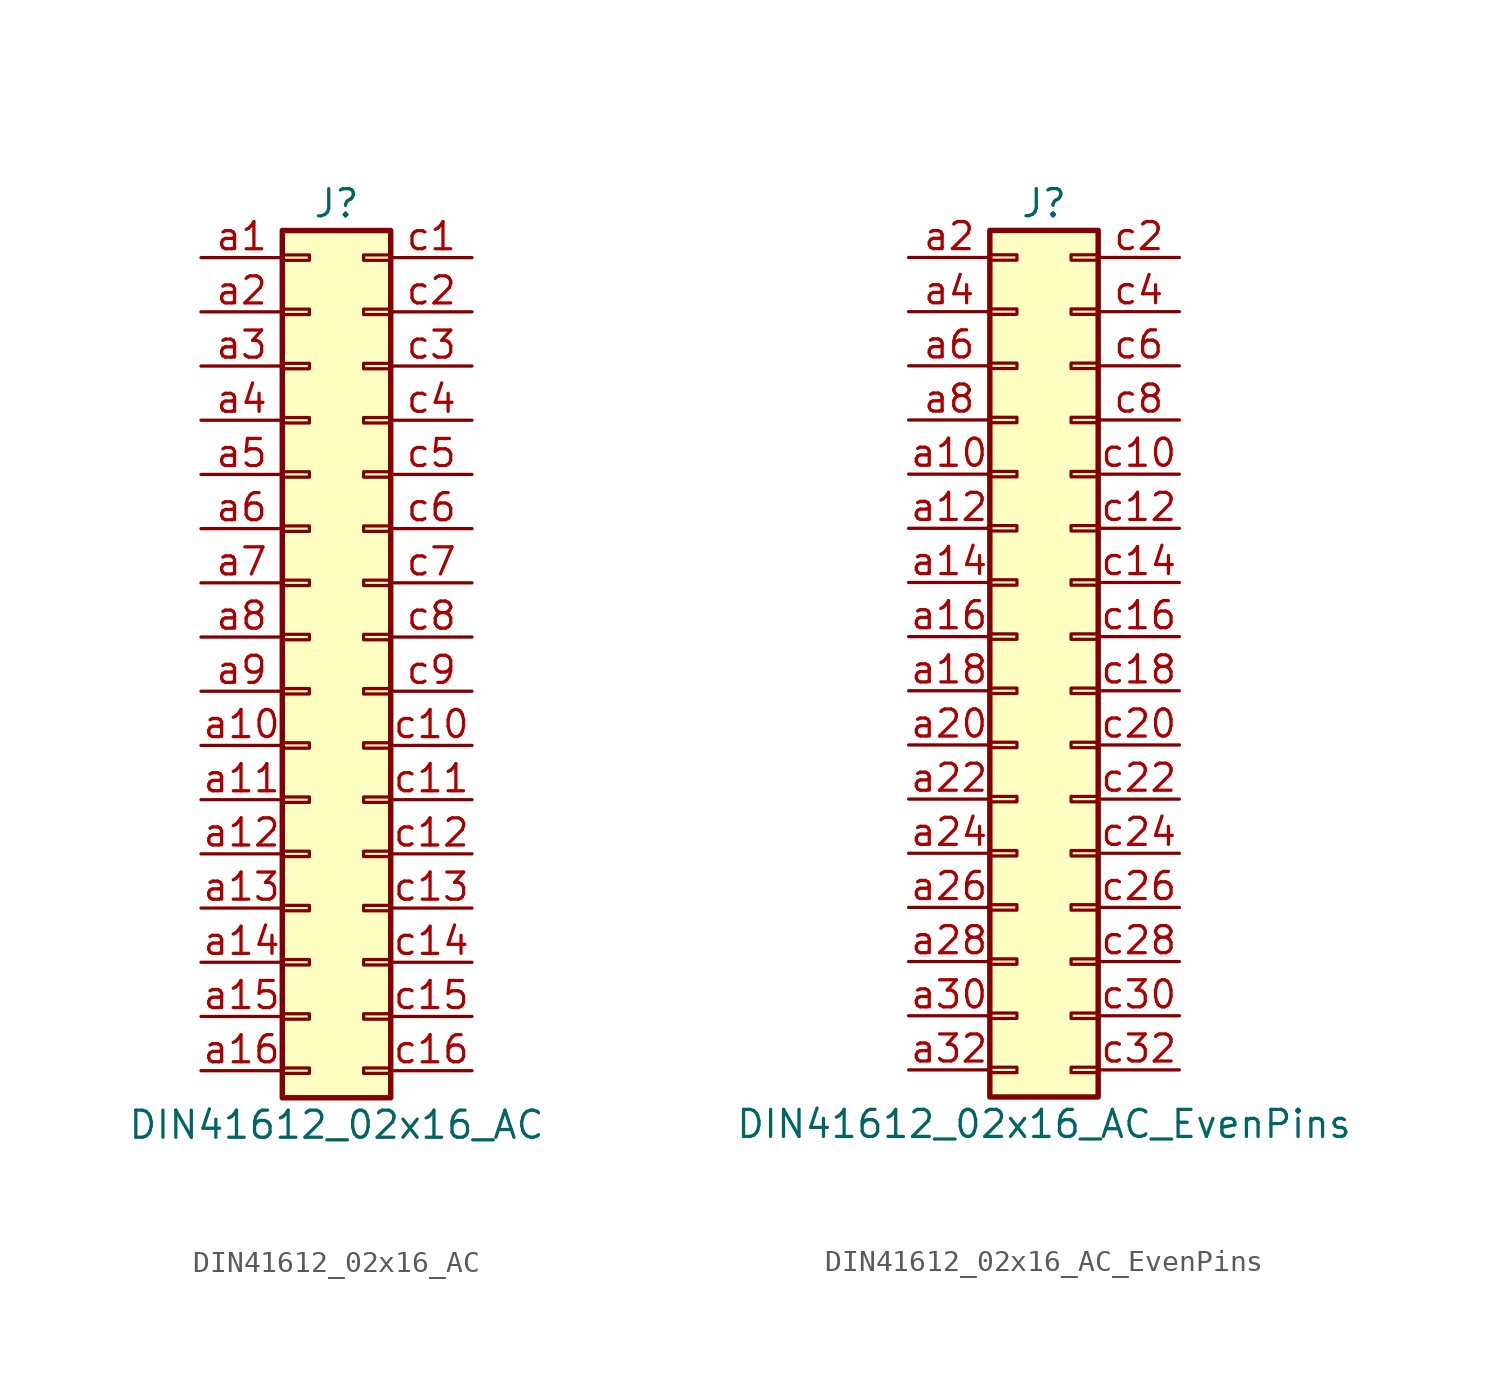
<source format=kicad_sym>
(kicad_symbol_lib
  (version 20220914)
  (generator kicad_symbol_editor)
  (symbol "DIN41612_02x16_AC"
    (pin_names
      (offset 1.016) hide)
    (property "Reference" "J"
      (at 1.27 20.32 0)
      (effects (font (size 1.27 1.27))))
    (property "Value" "DIN41612_02x16_AC"
      (at 1.27 -22.86 0)
      (effects (font (size 1.27 1.27))))
    (symbol "DIN41612_02x16_AC_1_1"
      (rectangle (start -1.27 -20.193) (end 0 -20.447) (stroke (width 0.152) (type default)) (fill (type none)))
      (rectangle (start -1.27 -17.653) (end 0 -17.907) (stroke (width 0.152) (type default)) (fill (type none)))
      (rectangle (start -1.27 -15.113) (end 0 -15.367) (stroke (width 0.152) (type default)) (fill (type none)))
      (rectangle (start -1.27 -12.573) (end 0 -12.827) (stroke (width 0.152) (type default)) (fill (type none)))
      (rectangle (start -1.27 -10.033) (end 0 -10.287) (stroke (width 0.152) (type default)) (fill (type none)))
      (rectangle (start -1.27 -7.493) (end 0 -7.747) (stroke (width 0.152) (type default)) (fill (type none)))
      (rectangle (start -1.27 -4.953) (end 0 -5.207) (stroke (width 0.152) (type default)) (fill (type none)))
      (rectangle (start -1.27 -2.413) (end 0 -2.667) (stroke (width 0.152) (type default)) (fill (type none)))
      (rectangle (start -1.27 0.127) (end 0 -0.127) (stroke (width 0.152) (type default)) (fill (type none)))
      (rectangle (start -1.27 2.667) (end 0 2.413) (stroke (width 0.152) (type default)) (fill (type none)))
      (rectangle (start -1.27 5.207) (end 0 4.953) (stroke (width 0.152) (type default)) (fill (type none)))
      (rectangle (start -1.27 7.747) (end 0 7.493) (stroke (width 0.152) (type default)) (fill (type none)))
      (rectangle (start -1.27 10.287) (end 0 10.033) (stroke (width 0.152) (type default)) (fill (type none)))
      (rectangle (start -1.27 12.827) (end 0 12.573) (stroke (width 0.152) (type default)) (fill (type none)))
      (rectangle (start -1.27 15.367) (end 0 15.113) (stroke (width 0.152) (type default)) (fill (type none)))
      (rectangle (start -1.27 17.907) (end 0 17.653) (stroke (width 0.152) (type default)) (fill (type none)))
      (rectangle (start -1.27 19.05) (end 3.81 -21.59) (stroke (width 0.254) (type default)) (fill (type background)))
      (rectangle (start 3.81 -20.193) (end 2.54 -20.447) (stroke (width 0.152) (type default)) (fill (type none)))
      (rectangle (start 3.81 -17.653) (end 2.54 -17.907) (stroke (width 0.152) (type default)) (fill (type none)))
      (rectangle (start 3.81 -15.113) (end 2.54 -15.367) (stroke (width 0.152) (type default)) (fill (type none)))
      (rectangle (start 3.81 -12.573) (end 2.54 -12.827) (stroke (width 0.152) (type default)) (fill (type none)))
      (rectangle (start 3.81 -10.033) (end 2.54 -10.287) (stroke (width 0.152) (type default)) (fill (type none)))
      (rectangle (start 3.81 -7.493) (end 2.54 -7.747) (stroke (width 0.152) (type default)) (fill (type none)))
      (rectangle (start 3.81 -4.953) (end 2.54 -5.207) (stroke (width 0.152) (type default)) (fill (type none)))
      (rectangle (start 3.81 -2.413) (end 2.54 -2.667) (stroke (width 0.152) (type default)) (fill (type none)))
      (rectangle (start 3.81 0.127) (end 2.54 -0.127) (stroke (width 0.152) (type default)) (fill (type none)))
      (rectangle (start 3.81 2.667) (end 2.54 2.413) (stroke (width 0.152) (type default)) (fill (type none)))
      (rectangle (start 3.81 5.207) (end 2.54 4.953) (stroke (width 0.152) (type default)) (fill (type none)))
      (rectangle (start 3.81 7.747) (end 2.54 7.493) (stroke (width 0.152) (type default)) (fill (type none)))
      (rectangle (start 3.81 10.287) (end 2.54 10.033) (stroke (width 0.152) (type default)) (fill (type none)))
      (rectangle (start 3.81 12.827) (end 2.54 12.573) (stroke (width 0.152) (type default)) (fill (type none)))
      (rectangle (start 3.81 15.367) (end 2.54 15.113) (stroke (width 0.152) (type default)) (fill (type none)))
      (rectangle (start 3.81 17.907) (end 2.54 17.653) (stroke (width 0.152) (type default)) (fill (type none)))
      (pin passive line (at -5.08 17.78 0) (length 3.81) (name "Pin_a1" (effects (font (size 1.27 1.27)))) (number "a1" (effects (font (size 1.27 1.27)))))
      (pin passive line (at -5.08 -5.08 0) (length 3.81) (name "Pin_a10" (effects (font (size 1.27 1.27)))) (number "a10" (effects (font (size 1.27 1.27)))))
      (pin passive line (at -5.08 -7.62 0) (length 3.81) (name "Pin_a11" (effects (font (size 1.27 1.27)))) (number "a11" (effects (font (size 1.27 1.27)))))
      (pin passive line (at -5.08 -10.16 0) (length 3.81) (name "Pin_a12" (effects (font (size 1.27 1.27)))) (number "a12" (effects (font (size 1.27 1.27)))))
      (pin passive line (at -5.08 -12.7 0) (length 3.81) (name "Pin_a13" (effects (font (size 1.27 1.27)))) (number "a13" (effects (font (size 1.27 1.27)))))
      (pin passive line (at -5.08 -15.24 0) (length 3.81) (name "Pin_a14" (effects (font (size 1.27 1.27)))) (number "a14" (effects (font (size 1.27 1.27)))))
      (pin passive line (at -5.08 -17.78 0) (length 3.81) (name "Pin_a15" (effects (font (size 1.27 1.27)))) (number "a15" (effects (font (size 1.27 1.27)))))
      (pin passive line (at -5.08 -20.32 0) (length 3.81) (name "Pin_a16" (effects (font (size 1.27 1.27)))) (number "a16" (effects (font (size 1.27 1.27)))))
      (pin passive line (at -5.08 15.24 0) (length 3.81) (name "Pin_a2" (effects (font (size 1.27 1.27)))) (number "a2" (effects (font (size 1.27 1.27)))))
      (pin passive line (at -5.08 12.7 0) (length 3.81) (name "Pin_a3" (effects (font (size 1.27 1.27)))) (number "a3" (effects (font (size 1.27 1.27)))))
      (pin passive line (at -5.08 10.16 0) (length 3.81) (name "Pin_a4" (effects (font (size 1.27 1.27)))) (number "a4" (effects (font (size 1.27 1.27)))))
      (pin passive line (at -5.08 7.62 0) (length 3.81) (name "Pin_a5" (effects (font (size 1.27 1.27)))) (number "a5" (effects (font (size 1.27 1.27)))))
      (pin passive line (at -5.08 5.08 0) (length 3.81) (name "Pin_a6" (effects (font (size 1.27 1.27)))) (number "a6" (effects (font (size 1.27 1.27)))))
      (pin passive line (at -5.08 2.54 0) (length 3.81) (name "Pin_a7" (effects (font (size 1.27 1.27)))) (number "a7" (effects (font (size 1.27 1.27)))))
      (pin passive line (at -5.08 0 0) (length 3.81) (name "Pin_a8" (effects (font (size 1.27 1.27)))) (number "a8" (effects (font (size 1.27 1.27)))))
      (pin passive line (at -5.08 -2.54 0) (length 3.81) (name "Pin_a9" (effects (font (size 1.27 1.27)))) (number "a9" (effects (font (size 1.27 1.27)))))
      (pin passive line (at 7.62 17.78 180) (length 3.81) (name "Pin_c1" (effects (font (size 1.27 1.27)))) (number "c1" (effects (font (size 1.27 1.27)))))
      (pin passive line (at 7.62 -5.08 180) (length 3.81) (name "Pin_c10" (effects (font (size 1.27 1.27)))) (number "c10" (effects (font (size 1.27 1.27)))))
      (pin passive line (at 7.62 -7.62 180) (length 3.81) (name "Pin_c11" (effects (font (size 1.27 1.27)))) (number "c11" (effects (font (size 1.27 1.27)))))
      (pin passive line (at 7.62 -10.16 180) (length 3.81) (name "Pin_c12" (effects (font (size 1.27 1.27)))) (number "c12" (effects (font (size 1.27 1.27)))))
      (pin passive line (at 7.62 -12.7 180) (length 3.81) (name "Pin_c13" (effects (font (size 1.27 1.27)))) (number "c13" (effects (font (size 1.27 1.27)))))
      (pin passive line (at 7.62 -15.24 180) (length 3.81) (name "Pin_c14" (effects (font (size 1.27 1.27)))) (number "c14" (effects (font (size 1.27 1.27)))))
      (pin passive line (at 7.62 -17.78 180) (length 3.81) (name "Pin_c15" (effects (font (size 1.27 1.27)))) (number "c15" (effects (font (size 1.27 1.27)))))
      (pin passive line (at 7.62 -20.32 180) (length 3.81) (name "Pin_c16" (effects (font (size 1.27 1.27)))) (number "c16" (effects (font (size 1.27 1.27)))))
      (pin passive line (at 7.62 15.24 180) (length 3.81) (name "Pin_c2" (effects (font (size 1.27 1.27)))) (number "c2" (effects (font (size 1.27 1.27)))))
      (pin passive line (at 7.62 12.7 180) (length 3.81) (name "Pin_c3" (effects (font (size 1.27 1.27)))) (number "c3" (effects (font (size 1.27 1.27)))))
      (pin passive line (at 7.62 10.16 180) (length 3.81) (name "Pin_c4" (effects (font (size 1.27 1.27)))) (number "c4" (effects (font (size 1.27 1.27)))))
      (pin passive line (at 7.62 7.62 180) (length 3.81) (name "Pin_c5" (effects (font (size 1.27 1.27)))) (number "c5" (effects (font (size 1.27 1.27)))))
      (pin passive line (at 7.62 5.08 180) (length 3.81) (name "Pin_c6" (effects (font (size 1.27 1.27)))) (number "c6" (effects (font (size 1.27 1.27)))))
      (pin passive line (at 7.62 2.54 180) (length 3.81) (name "Pin_c7" (effects (font (size 1.27 1.27)))) (number "c7" (effects (font (size 1.27 1.27)))))
      (pin passive line (at 7.62 0 180) (length 3.81) (name "Pin_c8" (effects (font (size 1.27 1.27)))) (number "c8" (effects (font (size 1.27 1.27)))))
      (pin passive line (at 7.62 -2.54 180) (length 3.81) (name "Pin_c9" (effects (font (size 1.27 1.27)))) (number "c9" (effects (font (size 1.27 1.27)))))))
  (symbol "DIN41612_02x16_AC_EvenPins"
    (pin_names
      (offset 1.016) hide)
    (property "Reference" "J"
      (at 1.27 20.32 0)
      (effects (font (size 1.27 1.27))))
    (property "Value" "DIN41612_02x16_AC_EvenPins"
      (at 1.27 -22.86 0)
      (effects (font (size 1.27 1.27))))
    (symbol "DIN41612_02x16_AC_EvenPins_1_1"
      (rectangle (start -1.27 -20.193) (end 0 -20.447) (stroke (width 0.152) (type default)) (fill (type none)))
      (rectangle (start -1.27 -17.653) (end 0 -17.907) (stroke (width 0.152) (type default)) (fill (type none)))
      (rectangle (start -1.27 -15.113) (end 0 -15.367) (stroke (width 0.152) (type default)) (fill (type none)))
      (rectangle (start -1.27 -12.573) (end 0 -12.827) (stroke (width 0.152) (type default)) (fill (type none)))
      (rectangle (start -1.27 -10.033) (end 0 -10.287) (stroke (width 0.152) (type default)) (fill (type none)))
      (rectangle (start -1.27 -7.493) (end 0 -7.747) (stroke (width 0.152) (type default)) (fill (type none)))
      (rectangle (start -1.27 -4.953) (end 0 -5.207) (stroke (width 0.152) (type default)) (fill (type none)))
      (rectangle (start -1.27 -2.413) (end 0 -2.667) (stroke (width 0.152) (type default)) (fill (type none)))
      (rectangle (start -1.27 0.127) (end 0 -0.127) (stroke (width 0.152) (type default)) (fill (type none)))
      (rectangle (start -1.27 2.667) (end 0 2.413) (stroke (width 0.152) (type default)) (fill (type none)))
      (rectangle (start -1.27 5.207) (end 0 4.953) (stroke (width 0.152) (type default)) (fill (type none)))
      (rectangle (start -1.27 7.747) (end 0 7.493) (stroke (width 0.152) (type default)) (fill (type none)))
      (rectangle (start -1.27 10.287) (end 0 10.033) (stroke (width 0.152) (type default)) (fill (type none)))
      (rectangle (start -1.27 12.827) (end 0 12.573) (stroke (width 0.152) (type default)) (fill (type none)))
      (rectangle (start -1.27 15.367) (end 0 15.113) (stroke (width 0.152) (type default)) (fill (type none)))
      (rectangle (start -1.27 17.907) (end 0 17.653) (stroke (width 0.152) (type default)) (fill (type none)))
      (rectangle (start -1.27 19.05) (end 3.81 -21.59) (stroke (width 0.254) (type default)) (fill (type background)))
      (rectangle (start 3.81 -20.193) (end 2.54 -20.447) (stroke (width 0.152) (type default)) (fill (type none)))
      (rectangle (start 3.81 -17.653) (end 2.54 -17.907) (stroke (width 0.152) (type default)) (fill (type none)))
      (rectangle (start 3.81 -15.113) (end 2.54 -15.367) (stroke (width 0.152) (type default)) (fill (type none)))
      (rectangle (start 3.81 -12.573) (end 2.54 -12.827) (stroke (width 0.152) (type default)) (fill (type none)))
      (rectangle (start 3.81 -10.033) (end 2.54 -10.287) (stroke (width 0.152) (type default)) (fill (type none)))
      (rectangle (start 3.81 -7.493) (end 2.54 -7.747) (stroke (width 0.152) (type default)) (fill (type none)))
      (rectangle (start 3.81 -4.953) (end 2.54 -5.207) (stroke (width 0.152) (type default)) (fill (type none)))
      (rectangle (start 3.81 -2.413) (end 2.54 -2.667) (stroke (width 0.152) (type default)) (fill (type none)))
      (rectangle (start 3.81 0.127) (end 2.54 -0.127) (stroke (width 0.152) (type default)) (fill (type none)))
      (rectangle (start 3.81 2.667) (end 2.54 2.413) (stroke (width 0.152) (type default)) (fill (type none)))
      (rectangle (start 3.81 5.207) (end 2.54 4.953) (stroke (width 0.152) (type default)) (fill (type none)))
      (rectangle (start 3.81 7.747) (end 2.54 7.493) (stroke (width 0.152) (type default)) (fill (type none)))
      (rectangle (start 3.81 10.287) (end 2.54 10.033) (stroke (width 0.152) (type default)) (fill (type none)))
      (rectangle (start 3.81 12.827) (end 2.54 12.573) (stroke (width 0.152) (type default)) (fill (type none)))
      (rectangle (start 3.81 15.367) (end 2.54 15.113) (stroke (width 0.152) (type default)) (fill (type none)))
      (rectangle (start 3.81 17.907) (end 2.54 17.653) (stroke (width 0.152) (type default)) (fill (type none)))
      (pin passive line (at -5.08 7.62 0) (length 3.81) (name "Pin_a10" (effects (font (size 1.27 1.27)))) (number "a10" (effects (font (size 1.27 1.27)))))
      (pin passive line (at -5.08 5.08 0) (length 3.81) (name "Pin_a12" (effects (font (size 1.27 1.27)))) (number "a12" (effects (font (size 1.27 1.27)))))
      (pin passive line (at -5.08 2.54 0) (length 3.81) (name "Pin_a14" (effects (font (size 1.27 1.27)))) (number "a14" (effects (font (size 1.27 1.27)))))
      (pin passive line (at -5.08 0 0) (length 3.81) (name "Pin_a16" (effects (font (size 1.27 1.27)))) (number "a16" (effects (font (size 1.27 1.27)))))
      (pin passive line (at -5.08 -2.54 0) (length 3.81) (name "Pin_a18" (effects (font (size 1.27 1.27)))) (number "a18" (effects (font (size 1.27 1.27)))))
      (pin passive line (at -5.08 17.78 0) (length 3.81) (name "Pin_a2" (effects (font (size 1.27 1.27)))) (number "a2" (effects (font (size 1.27 1.27)))))
      (pin passive line (at -5.08 -5.08 0) (length 3.81) (name "Pin_a20" (effects (font (size 1.27 1.27)))) (number "a20" (effects (font (size 1.27 1.27)))))
      (pin passive line (at -5.08 -7.62 0) (length 3.81) (name "Pin_a22" (effects (font (size 1.27 1.27)))) (number "a22" (effects (font (size 1.27 1.27)))))
      (pin passive line (at -5.08 -10.16 0) (length 3.81) (name "Pin_a24" (effects (font (size 1.27 1.27)))) (number "a24" (effects (font (size 1.27 1.27)))))
      (pin passive line (at -5.08 -12.7 0) (length 3.81) (name "Pin_a26" (effects (font (size 1.27 1.27)))) (number "a26" (effects (font (size 1.27 1.27)))))
      (pin passive line (at -5.08 -15.24 0) (length 3.81) (name "Pin_a28" (effects (font (size 1.27 1.27)))) (number "a28" (effects (font (size 1.27 1.27)))))
      (pin passive line (at -5.08 -17.78 0) (length 3.81) (name "Pin_a30" (effects (font (size 1.27 1.27)))) (number "a30" (effects (font (size 1.27 1.27)))))
      (pin passive line (at -5.08 -20.32 0) (length 3.81) (name "Pin_a32" (effects (font (size 1.27 1.27)))) (number "a32" (effects (font (size 1.27 1.27)))))
      (pin passive line (at -5.08 15.24 0) (length 3.81) (name "Pin_a4" (effects (font (size 1.27 1.27)))) (number "a4" (effects (font (size 1.27 1.27)))))
      (pin passive line (at -5.08 12.7 0) (length 3.81) (name "Pin_a6" (effects (font (size 1.27 1.27)))) (number "a6" (effects (font (size 1.27 1.27)))))
      (pin passive line (at -5.08 10.16 0) (length 3.81) (name "Pin_a8" (effects (font (size 1.27 1.27)))) (number "a8" (effects (font (size 1.27 1.27)))))
      (pin passive line (at 7.62 7.62 180) (length 3.81) (name "Pin_c10" (effects (font (size 1.27 1.27)))) (number "c10" (effects (font (size 1.27 1.27)))))
      (pin passive line (at 7.62 5.08 180) (length 3.81) (name "Pin_c12" (effects (font (size 1.27 1.27)))) (number "c12" (effects (font (size 1.27 1.27)))))
      (pin passive line (at 7.62 2.54 180) (length 3.81) (name "Pin_c14" (effects (font (size 1.27 1.27)))) (number "c14" (effects (font (size 1.27 1.27)))))
      (pin passive line (at 7.62 0 180) (length 3.81) (name "Pin_c16" (effects (font (size 1.27 1.27)))) (number "c16" (effects (font (size 1.27 1.27)))))
      (pin passive line (at 7.62 -2.54 180) (length 3.81) (name "Pin_c18" (effects (font (size 1.27 1.27)))) (number "c18" (effects (font (size 1.27 1.27)))))
      (pin passive line (at 7.62 17.78 180) (length 3.81) (name "Pin_c2" (effects (font (size 1.27 1.27)))) (number "c2" (effects (font (size 1.27 1.27)))))
      (pin passive line (at 7.62 -5.08 180) (length 3.81) (name "Pin_c20" (effects (font (size 1.27 1.27)))) (number "c20" (effects (font (size 1.27 1.27)))))
      (pin passive line (at 7.62 -7.62 180) (length 3.81) (name "Pin_c22" (effects (font (size 1.27 1.27)))) (number "c22" (effects (font (size 1.27 1.27)))))
      (pin passive line (at 7.62 -10.16 180) (length 3.81) (name "Pin_c24" (effects (font (size 1.27 1.27)))) (number "c24" (effects (font (size 1.27 1.27)))))
      (pin passive line (at 7.62 -12.7 180) (length 3.81) (name "Pin_c26" (effects (font (size 1.27 1.27)))) (number "c26" (effects (font (size 1.27 1.27)))))
      (pin passive line (at 7.62 -15.24 180) (length 3.81) (name "Pin_c28" (effects (font (size 1.27 1.27)))) (number "c28" (effects (font (size 1.27 1.27)))))
      (pin passive line (at 7.62 -17.78 180) (length 3.81) (name "Pin_c30" (effects (font (size 1.27 1.27)))) (number "c30" (effects (font (size 1.27 1.27)))))
      (pin passive line (at 7.62 -20.32 180) (length 3.81) (name "Pin_c32" (effects (font (size 1.27 1.27)))) (number "c32" (effects (font (size 1.27 1.27)))))
      (pin passive line (at 7.62 15.24 180) (length 3.81) (name "Pin_c4" (effects (font (size 1.27 1.27)))) (number "c4" (effects (font (size 1.27 1.27)))))
      (pin passive line (at 7.62 12.7 180) (length 3.81) (name "Pin_c6" (effects (font (size 1.27 1.27)))) (number "c6" (effects (font (size 1.27 1.27)))))
      (pin passive line (at 7.62 10.16 180) (length 3.81) (name "Pin_c8" (effects (font (size 1.27 1.27)))) (number "c8" (effects (font (size 1.27 1.27))))))))
</source>
